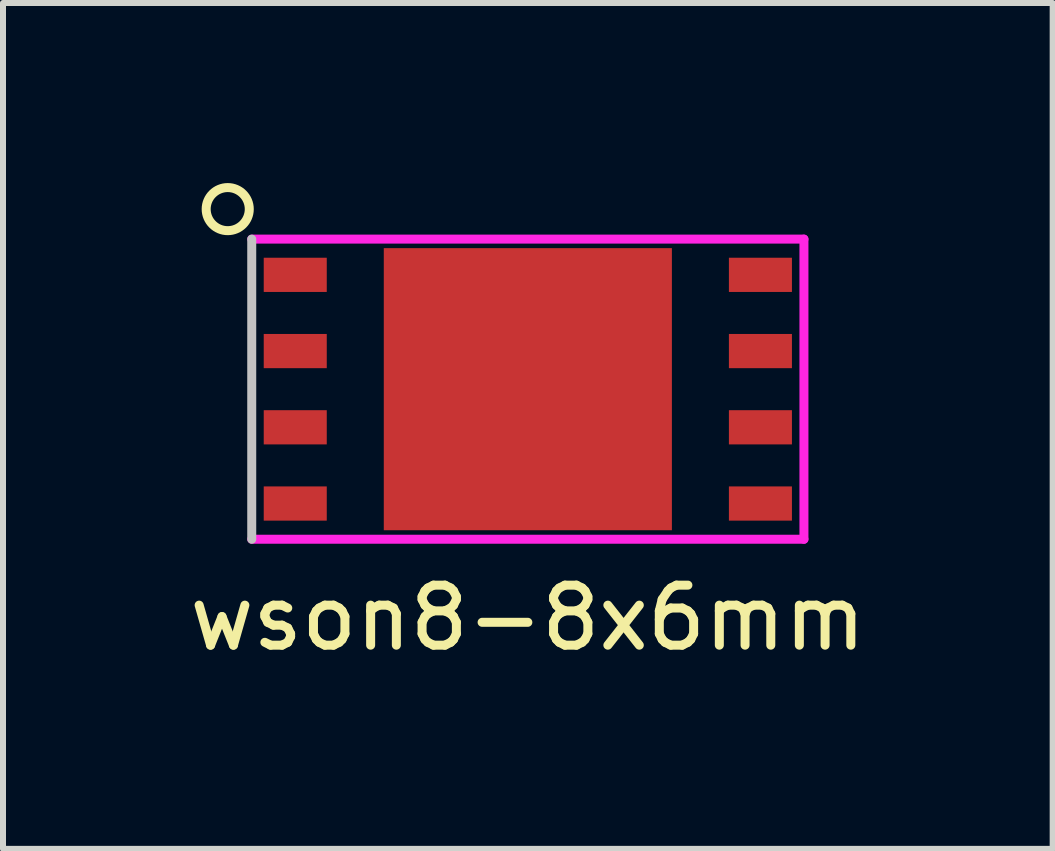
<source format=kicad_pcb>
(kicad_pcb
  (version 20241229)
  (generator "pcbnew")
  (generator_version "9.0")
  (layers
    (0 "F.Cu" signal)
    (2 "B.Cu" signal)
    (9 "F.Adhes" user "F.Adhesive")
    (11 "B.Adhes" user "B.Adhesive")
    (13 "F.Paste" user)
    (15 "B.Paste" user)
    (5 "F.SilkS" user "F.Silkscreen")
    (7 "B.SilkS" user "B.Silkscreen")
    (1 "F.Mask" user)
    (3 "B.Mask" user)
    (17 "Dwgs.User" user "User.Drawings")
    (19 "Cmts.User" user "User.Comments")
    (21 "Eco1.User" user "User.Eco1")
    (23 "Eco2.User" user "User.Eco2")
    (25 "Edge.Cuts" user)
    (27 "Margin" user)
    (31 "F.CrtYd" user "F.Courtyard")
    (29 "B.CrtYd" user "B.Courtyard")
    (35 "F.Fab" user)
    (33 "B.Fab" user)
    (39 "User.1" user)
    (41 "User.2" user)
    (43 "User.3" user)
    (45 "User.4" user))
  (footprint "wson8-8x6mm"
    (layer "F.Cu")
    (at 5.744 3.434)
    (property "Reference" "wson8-8x6mm" (at 0 3.81 0) (layer "F.SilkS") (effects (font (size 1 1) (thickness 0.15))))
    (attr through_hole)
    (fp_circle (center -5 -3) (end -4.641 -3) (stroke (width 0.15) (type solid)) (fill no) (layer "F.SilkS"))
    (fp_line (start -4.6 2.5) (end -4.6 -2.5) (stroke (width 0.15) (type solid)) (layer "Dwgs.User"))
    (fp_line (start -4.6 -2.5) (end 4.6 -2.5) (stroke (width 0.15) (type solid)) (layer "F.CrtYd"))
    (fp_line (start 4.6 -2.5) (end 4.6 2.5) (stroke (width 0.15) (type solid)) (layer "F.CrtYd"))
    (fp_line (start 4.6 2.5) (end -4.6 2.5) (stroke (width 0.15) (type solid)) (layer "F.CrtYd"))
    (pad "1" smd rect (at -3.875 -1.905) (size 1.05 0.57) (layers "F.Cu" "F.Mask" "F.Paste"))
    (pad "2" smd rect (at -3.875 -0.635) (size 1.05 0.57) (layers "F.Cu" "F.Mask" "F.Paste"))
    (pad "3" smd rect (at -3.875 0.635) (size 1.05 0.57) (layers "F.Cu" "F.Mask" "F.Paste"))
    (pad "4" smd rect (at -3.875 1.905) (size 1.05 0.57) (layers "F.Cu" "F.Mask" "F.Paste"))
    (pad "5" smd rect (at 3.875 1.905) (size 1.05 0.57) (layers "F.Cu" "F.Mask" "F.Paste"))
    (pad "6" smd rect (at 3.875 0.635) (size 1.05 0.57) (layers "F.Cu" "F.Mask" "F.Paste"))
    (pad "7" smd rect (at 3.875 -0.635) (size 1.05 0.57) (layers "F.Cu" "F.Mask" "F.Paste"))
    (pad "8" smd rect (at 3.875 -1.905) (size 1.05 0.57) (layers "F.Cu" "F.Mask" "F.Paste"))
    (pad "9" smd rect (at 0 0) (size 4.8 4.7) (layers "F.Cu" "F.Mask" "F.Paste")))
  (gr_rect
    (start -3 -3)
    (end 14.488 11.092)
    (stroke (width 0.1) (type default))
    (fill no)
    (layer "Edge.Cuts")))
</source>
